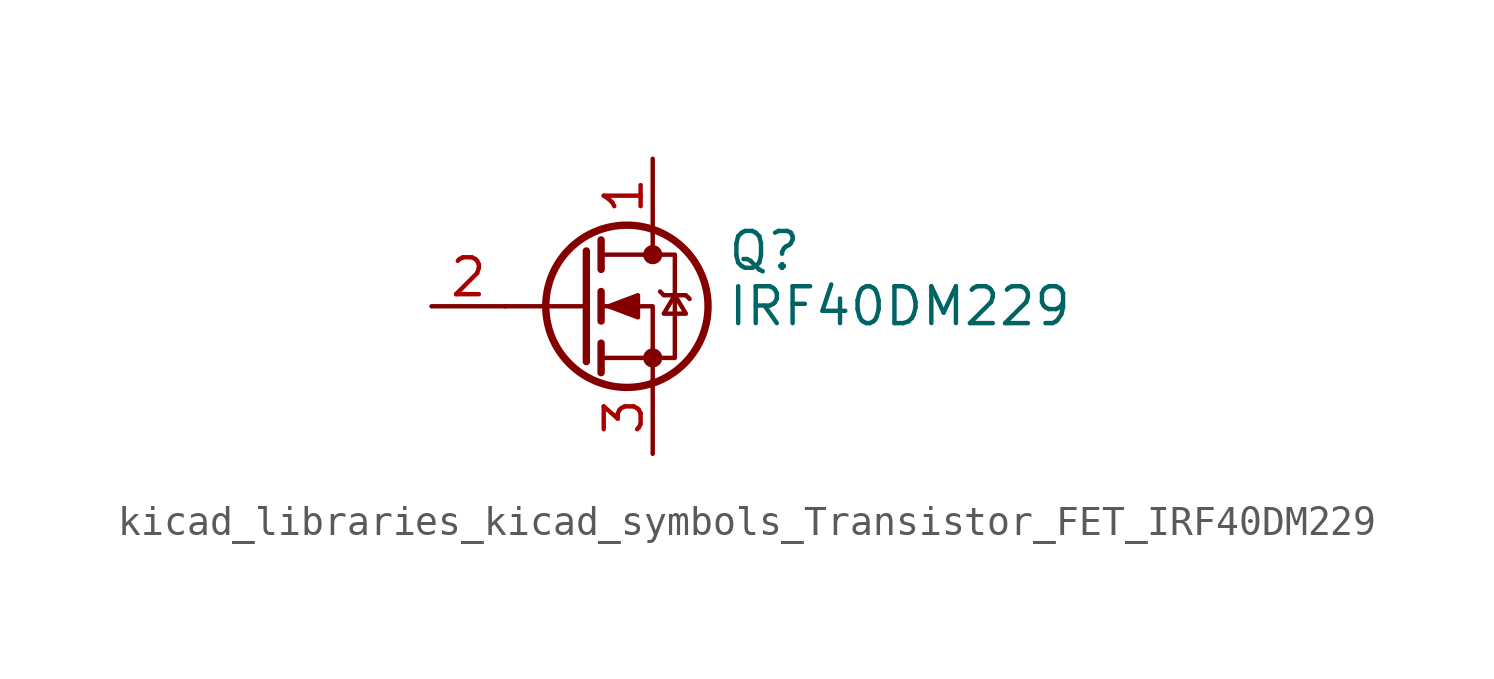
<source format=kicad_sym>
(kicad_symbol_lib
  (version 20220914)
  (generator kicad_symbol_editor)
  (symbol "kicad_libraries_kicad_symbols_Transistor_FET_IRF40DM229"
    (pin_names hide)
    (property "Reference" "Q"
      (at 5.08 1.905 0)
      (effects (font (size 1.27 1.27)) (justify left)))
    (property "Value" "IRF40DM229"
      (at 5.08 0 0)
      (effects (font (size 1.27 1.27)) (justify left)))
    (symbol "kicad_libraries_kicad_symbols_Transistor_FET_IRF40DM229_0_1"
      (polyline (pts (xy 0.254 0) (xy -2.54 0)) (stroke (width 0) (type default)) (fill (type none)))
      (polyline (pts (xy 0.254 1.905) (xy 0.254 -1.905)) (stroke (width 0.254) (type default)) (fill (type none)))
      (polyline (pts (xy 0.762 -1.27) (xy 0.762 -2.286)) (stroke (width 0.254) (type default)) (fill (type none)))
      (polyline (pts (xy 0.762 0.508) (xy 0.762 -0.508)) (stroke (width 0.254) (type default)) (fill (type none)))
      (polyline (pts (xy 0.762 2.286) (xy 0.762 1.27)) (stroke (width 0.254) (type default)) (fill (type none)))
      (polyline (pts (xy 2.54 2.54) (xy 2.54 1.778)) (stroke (width 0) (type default)) (fill (type none)))
      (polyline (pts (xy 2.54 -2.54) (xy 2.54 0) (xy 0.762 0)) (stroke (width 0) (type default)) (fill (type none)))
      (polyline (pts (xy 0.762 -1.778) (xy 3.302 -1.778) (xy 3.302 1.778) (xy 0.762 1.778)) (stroke (width 0) (type default)) (fill (type none)))
      (polyline (pts (xy 1.016 0) (xy 2.032 0.381) (xy 2.032 -0.381) (xy 1.016 0)) (stroke (width 0) (type default)) (fill (type outline)))
      (polyline (pts (xy 2.794 0.508) (xy 2.921 0.381) (xy 3.683 0.381) (xy 3.81 0.254)) (stroke (width 0) (type default)) (fill (type none)))
      (polyline (pts (xy 3.302 0.381) (xy 2.921 -0.254) (xy 3.683 -0.254) (xy 3.302 0.381)) (stroke (width 0) (type default)) (fill (type none)))
      (circle (center 1.651 0) (radius 2.794) (stroke (width 0.254) (type default)) (fill (type none)))
      (circle (center 2.54 -1.778) (radius 0.254) (stroke (width 0) (type default)) (fill (type outline)))
      (circle (center 2.54 1.778) (radius 0.254) (stroke (width 0) (type default)) (fill (type outline))))
    (symbol "kicad_libraries_kicad_symbols_Transistor_FET_IRF40DM229_1_1"
      (pin passive line (at 2.54 5.08 270) (length 2.54) (name "D" (effects (font (size 1.27 1.27)))) (number "1" (effects (font (size 1.27 1.27)))))
      (pin input line (at -5.08 0 0) (length 2.54) (name "G" (effects (font (size 1.27 1.27)))) (number "2" (effects (font (size 1.27 1.27)))))
      (pin passive line (at 2.54 -5.08 90) (length 2.54) (name "S" (effects (font (size 1.27 1.27)))) (number "3" (effects (font (size 1.27 1.27))))))))
</source>
